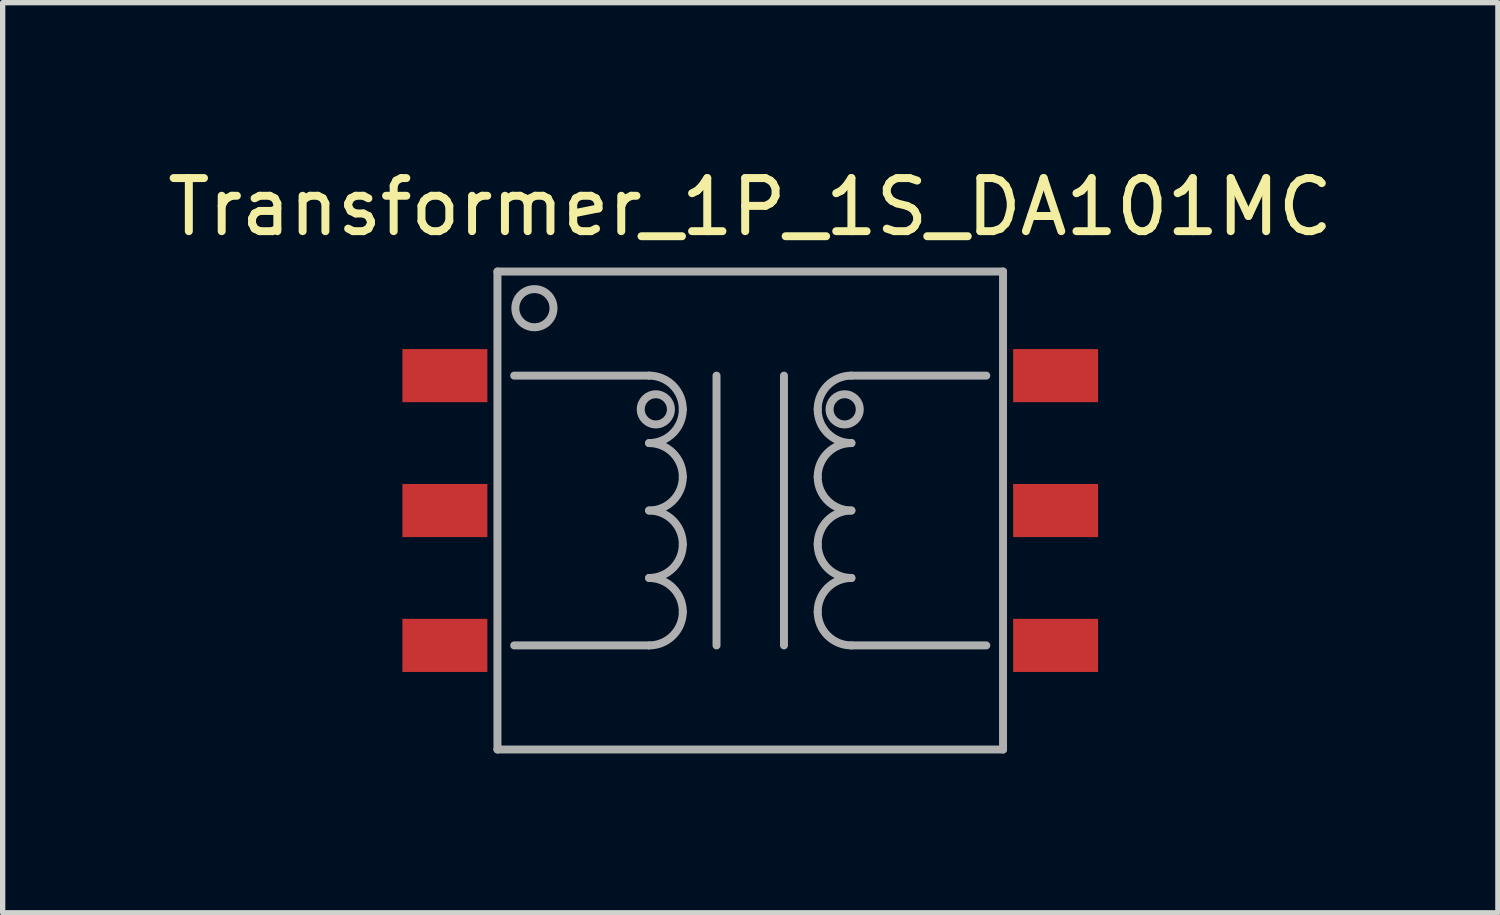
<source format=kicad_pcb>
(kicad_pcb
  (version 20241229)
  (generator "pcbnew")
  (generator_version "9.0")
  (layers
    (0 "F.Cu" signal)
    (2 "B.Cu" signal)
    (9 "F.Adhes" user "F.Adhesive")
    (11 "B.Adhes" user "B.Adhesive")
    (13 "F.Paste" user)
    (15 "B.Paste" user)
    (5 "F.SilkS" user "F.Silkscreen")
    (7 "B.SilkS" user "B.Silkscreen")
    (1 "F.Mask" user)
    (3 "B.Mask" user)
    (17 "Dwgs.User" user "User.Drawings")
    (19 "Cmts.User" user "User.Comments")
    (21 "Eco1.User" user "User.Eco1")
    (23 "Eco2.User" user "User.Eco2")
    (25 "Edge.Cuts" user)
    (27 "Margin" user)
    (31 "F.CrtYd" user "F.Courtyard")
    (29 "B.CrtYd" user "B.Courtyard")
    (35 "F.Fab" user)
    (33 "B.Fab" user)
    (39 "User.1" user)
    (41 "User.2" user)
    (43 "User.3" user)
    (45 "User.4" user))
  (footprint "Transformer_1P_1S_DA101MC"
    (layer "F.Cu")
    (at 11.077 6.563)
    (property "Reference" "Transformer_1P_1S_DA101MC" (at 0 -5.715 0) (layer "F.SilkS") (effects (font (size 1 1) (thickness 0.15))))
    (attr through_hole)
    (fp_line (start -4.76 -4.5) (end 4.76 -4.5) (stroke (width 0.15) (type solid)) (layer "F.Fab"))
    (fp_line (start -4.76 4.5) (end -4.76 -4.5) (stroke (width 0.15) (type solid)) (layer "F.Fab"))
    (fp_line (start -4.445 -2.54) (end -1.905 -2.54) (stroke (width 0.15) (type solid)) (layer "F.Fab"))
    (fp_line (start -4.445 2.54) (end -1.905 2.54) (stroke (width 0.15) (type solid)) (layer "F.Fab"))
    (fp_line (start -0.635 -2.54) (end -0.635 2.54) (stroke (width 0.15) (type solid)) (layer "F.Fab"))
    (fp_line (start 0.635 -2.54) (end 0.635 2.54) (stroke (width 0.15) (type solid)) (layer "F.Fab"))
    (fp_line (start 1.905 2.54) (end 4.445 2.54) (stroke (width 0.15) (type solid)) (layer "F.Fab"))
    (fp_line (start 4.445 -2.54) (end 1.905 -2.54) (stroke (width 0.15) (type solid)) (layer "F.Fab"))
    (fp_line (start 4.76 -4.5) (end 4.76 4.5) (stroke (width 0.15) (type solid)) (layer "F.Fab"))
    (fp_line (start 4.76 4.5) (end -4.76 4.5) (stroke (width 0.15) (type solid)) (layer "F.Fab"))
    (fp_arc (start -1.905 -2.54) (mid -1.455987 -2.354013) (end -1.27 -1.905) (stroke (width 0.15) (type solid)) (layer "F.Fab"))
    (fp_arc (start -1.905 -1.27) (mid -1.455987 -1.084013) (end -1.27 -0.635) (stroke (width 0.15) (type solid)) (layer "F.Fab"))
    (fp_arc (start -1.905 0) (mid -1.455987 0.185987) (end -1.27 0.635) (stroke (width 0.15) (type solid)) (layer "F.Fab"))
    (fp_arc (start -1.905 1.27) (mid -1.455987 1.455987) (end -1.27 1.905) (stroke (width 0.15) (type solid)) (layer "F.Fab"))
    (fp_arc (start -1.27 -1.905) (mid -1.455987 -1.455987) (end -1.905 -1.27) (stroke (width 0.15) (type solid)) (layer "F.Fab"))
    (fp_arc (start -1.27 -0.635) (mid -1.455987 -0.185987) (end -1.905 0) (stroke (width 0.15) (type solid)) (layer "F.Fab"))
    (fp_arc (start -1.27 0.635) (mid -1.455987 1.084013) (end -1.905 1.27) (stroke (width 0.15) (type solid)) (layer "F.Fab"))
    (fp_arc (start -1.27 1.905) (mid -1.455987 2.354013) (end -1.905 2.54) (stroke (width 0.15) (type solid)) (layer "F.Fab"))
    (fp_arc (start 1.27 -1.905) (mid 1.455987 -2.354013) (end 1.905 -2.54) (stroke (width 0.15) (type solid)) (layer "F.Fab"))
    (fp_arc (start 1.27 -0.635) (mid 1.455987 -1.084013) (end 1.905 -1.27) (stroke (width 0.15) (type solid)) (layer "F.Fab"))
    (fp_arc (start 1.27 0.635) (mid 1.455987 0.185987) (end 1.905 0) (stroke (width 0.15) (type solid)) (layer "F.Fab"))
    (fp_arc (start 1.27 1.905) (mid 1.455987 1.455987) (end 1.905 1.27) (stroke (width 0.15) (type solid)) (layer "F.Fab"))
    (fp_arc (start 1.905 -1.27) (mid 1.455987 -1.455987) (end 1.27 -1.905) (stroke (width 0.15) (type solid)) (layer "F.Fab"))
    (fp_arc (start 1.905 0) (mid 1.455987 -0.185987) (end 1.27 -0.635) (stroke (width 0.15) (type solid)) (layer "F.Fab"))
    (fp_arc (start 1.905 1.27) (mid 1.455987 1.084013) (end 1.27 0.635) (stroke (width 0.15) (type solid)) (layer "F.Fab"))
    (fp_arc (start 1.905 2.54) (mid 1.455987 2.354013) (end 1.27 1.905) (stroke (width 0.15) (type solid)) (layer "F.Fab"))
    (fp_circle (center -4.064 -3.81) (end -3.81 -3.556) (stroke (width 0.15) (type solid)) (fill no) (layer "F.Fab"))
    (fp_circle (center -1.778 -1.905) (end -1.651 -1.651) (stroke (width 0.15) (type solid)) (fill no) (layer "F.Fab"))
    (fp_circle (center 1.778 -1.905) (end 2.032 -1.778) (stroke (width 0.15) (type solid)) (fill no) (layer "F.Fab"))
    (pad "1" smd rect (at -5.75 -2.54) (size 1.6 1) (layers "F.Cu" "F.Mask" "F.Paste"))
    (pad "2" smd rect (at -5.75 0) (size 1.6 1) (layers "F.Cu" "F.Mask" "F.Paste"))
    (pad "3" smd rect (at -5.75 2.54) (size 1.6 1) (layers "F.Cu" "F.Mask" "F.Paste"))
    (pad "4" smd rect (at 5.75 2.54) (size 1.6 1) (layers "F.Cu" "F.Mask" "F.Paste"))
    (pad "5" smd rect (at 5.75 0) (size 1.6 1) (layers "F.Cu" "F.Mask" "F.Paste"))
    (pad "6" smd rect (at 5.75 -2.54) (size 1.6 1) (layers "F.Cu" "F.Mask" "F.Paste")))
  (gr_rect
    (start -3 -3)
    (end 25.155 14.138)
    (stroke (width 0.1) (type default))
    (fill no)
    (layer "Edge.Cuts")))
</source>
